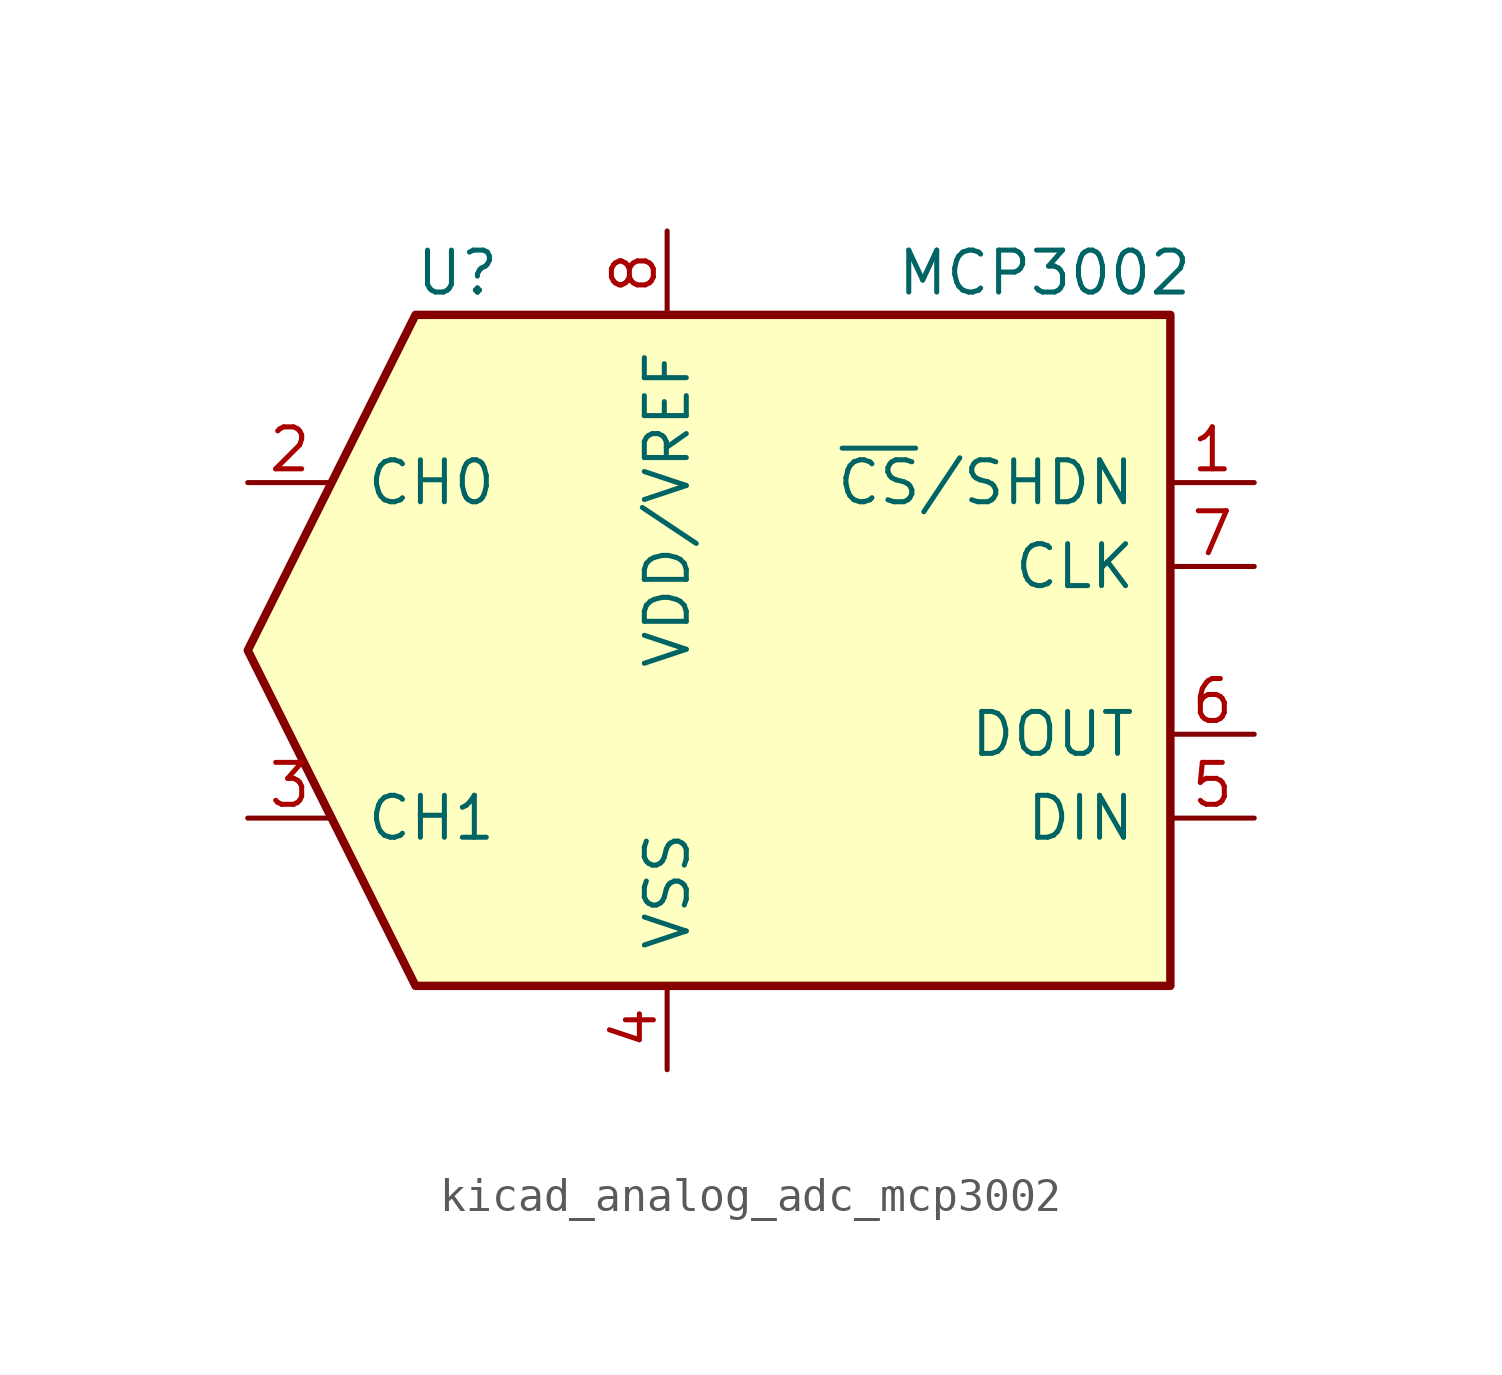
<source format=kicad_sym>
(kicad_symbol_lib
  (version 20220914)
  (generator kicad_symbol_editor)
  (symbol "kicad_analog_adc_mcp3002"
    (pin_names
      (offset 1.016))
    (property "Reference" "U"
      (at -6.35 11.43 0)
      (effects (font (size 1.27 1.27))))
    (property "Value" "MCP3002"
      (at 11.43 11.43 0)
      (effects (font (size 1.27 1.27))))
    (symbol "kicad_analog_adc_mcp3002_0_1"
      (polyline (pts (xy 15.24 10.16) (xy -7.62 10.16) (xy -12.7 0) (xy -7.62 -10.16) (xy 15.24 -10.16) (xy 15.24 10.16)) (stroke (width 0.254) (type default)) (fill (type background))))
    (symbol "kicad_analog_adc_mcp3002_1_1"
      (pin input line (at 17.78 5.08 180) (length 2.54) (name "~{CS}/SHDN" (effects (font (size 1.27 1.27)))) (number "1" (effects (font (size 1.27 1.27)))))
      (pin passive line (at -12.7 5.08 0) (length 2.54) (name "CH0" (effects (font (size 1.27 1.27)))) (number "2" (effects (font (size 1.27 1.27)))))
      (pin passive line (at -12.7 -5.08 0) (length 2.54) (name "CH1" (effects (font (size 1.27 1.27)))) (number "3" (effects (font (size 1.27 1.27)))))
      (pin power_in line (at 0 -12.7 90) (length 2.54) (name "VSS" (effects (font (size 1.27 1.27)))) (number "4" (effects (font (size 1.27 1.27)))))
      (pin input line (at 17.78 -5.08 180) (length 2.54) (name "DIN" (effects (font (size 1.27 1.27)))) (number "5" (effects (font (size 1.27 1.27)))))
      (pin output line (at 17.78 -2.54 180) (length 2.54) (name "DOUT" (effects (font (size 1.27 1.27)))) (number "6" (effects (font (size 1.27 1.27)))))
      (pin input line (at 17.78 2.54 180) (length 2.54) (name "CLK" (effects (font (size 1.27 1.27)))) (number "7" (effects (font (size 1.27 1.27)))))
      (pin power_in line (at 0 12.7 270) (length 2.54) (name "VDD/VREF" (effects (font (size 1.27 1.27)))) (number "8" (effects (font (size 1.27 1.27))))))))
</source>
